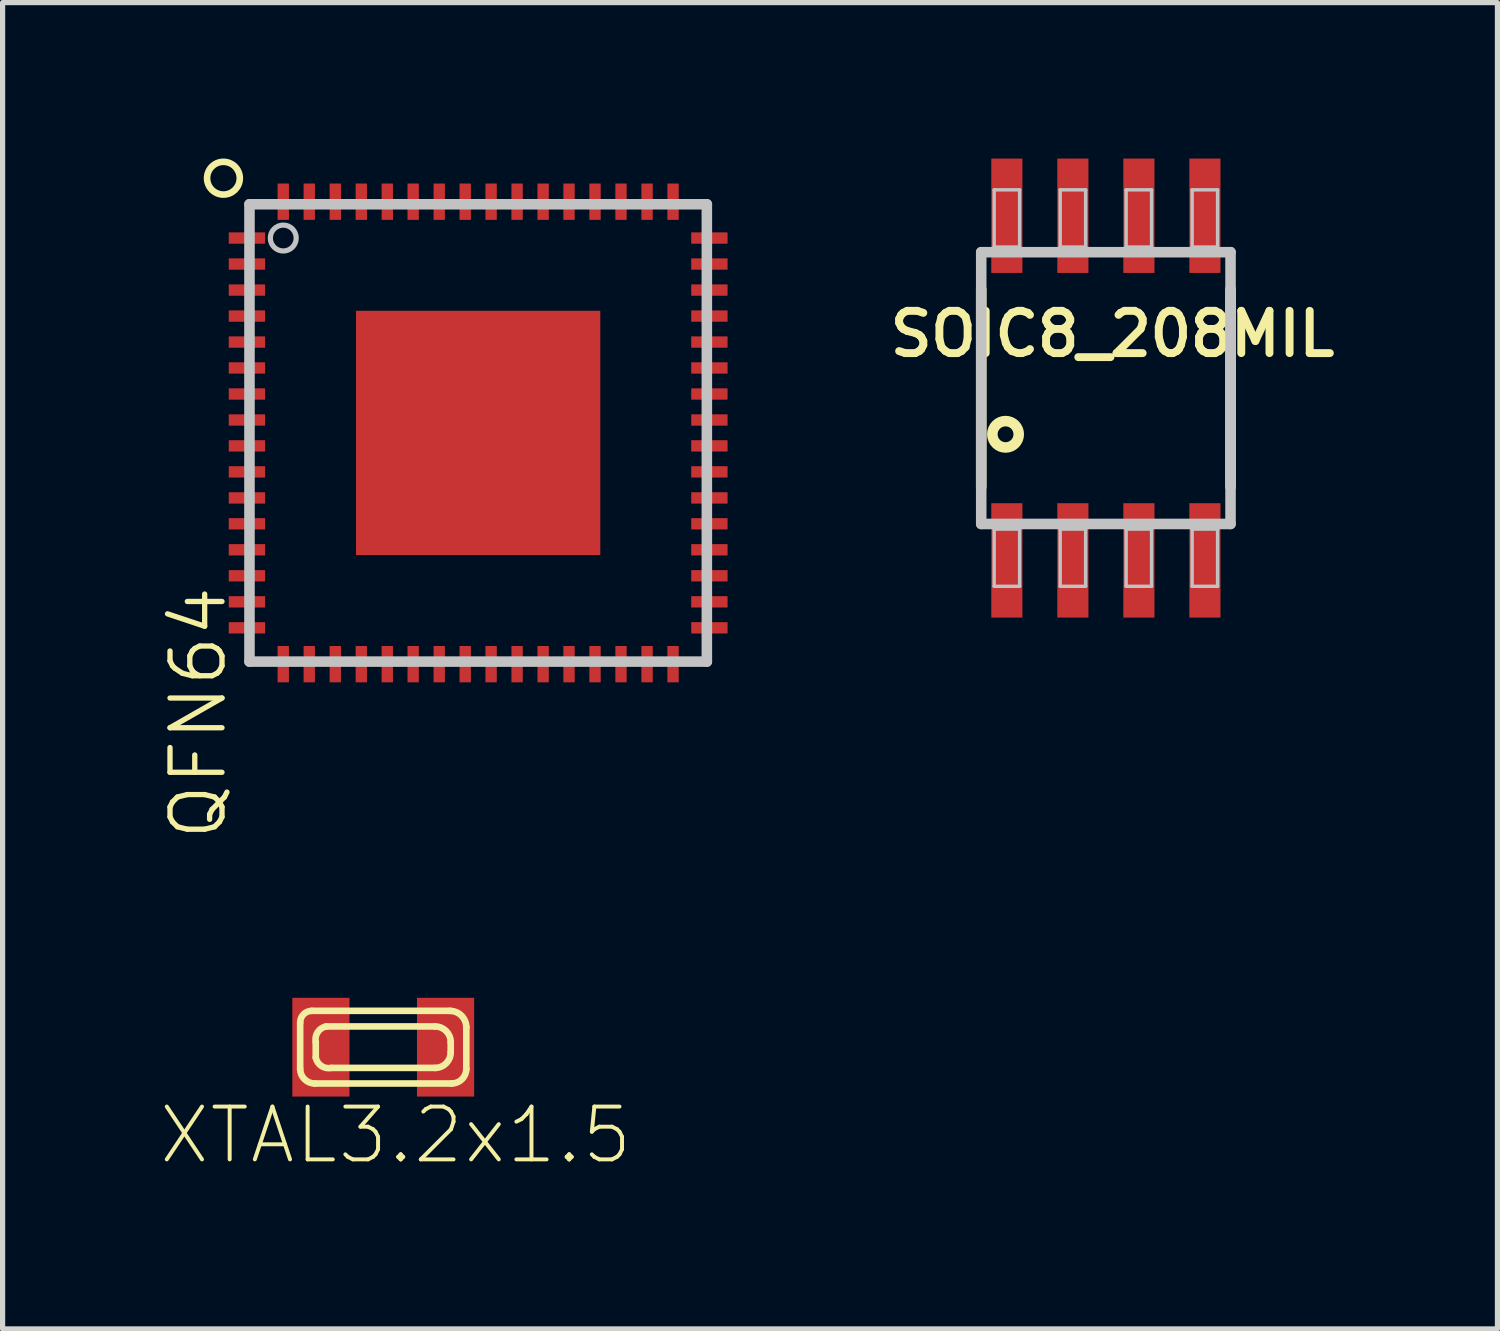
<source format=kicad_pcb>
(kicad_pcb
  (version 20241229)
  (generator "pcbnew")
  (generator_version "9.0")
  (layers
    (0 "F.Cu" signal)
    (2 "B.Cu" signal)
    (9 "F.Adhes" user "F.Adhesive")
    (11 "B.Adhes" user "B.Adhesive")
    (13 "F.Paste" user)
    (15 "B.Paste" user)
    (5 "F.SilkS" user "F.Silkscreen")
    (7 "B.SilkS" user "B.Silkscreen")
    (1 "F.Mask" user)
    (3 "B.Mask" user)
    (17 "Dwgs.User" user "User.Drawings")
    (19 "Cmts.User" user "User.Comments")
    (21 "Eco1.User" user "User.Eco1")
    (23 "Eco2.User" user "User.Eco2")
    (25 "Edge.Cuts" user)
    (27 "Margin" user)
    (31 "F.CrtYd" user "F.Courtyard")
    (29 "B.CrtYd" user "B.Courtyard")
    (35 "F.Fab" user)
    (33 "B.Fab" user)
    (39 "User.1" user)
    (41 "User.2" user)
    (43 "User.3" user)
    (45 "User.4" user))
  (footprint "QFN64"
    (layer "F.Cu")
    (at 6.148 5.278)
    (property "Reference" "QFN64" (at -5.385 5.385 270) (layer "F.SilkS") (effects (font (size 1 1) (thickness 0.102))))
    (attr smd)
    (fp_circle (center -4.9 -4.9) (end -4.9 -5.215) (stroke (width 0.127) (type solid)) (fill no) (layer "F.SilkS"))
    (fp_line (start -1.905 -1.905) (end -0.381 -1.905) (stroke (width 0.066) (type solid)) (layer "F.Paste"))
    (fp_line (start -1.905 -0.381) (end -1.905 -1.905) (stroke (width 0.066) (type solid)) (layer "F.Paste"))
    (fp_line (start -1.905 -0.381) (end -0.381 -0.381) (stroke (width 0.066) (type solid)) (layer "F.Paste"))
    (fp_line (start -1.905 0.381) (end -0.381 0.381) (stroke (width 0.066) (type solid)) (layer "F.Paste"))
    (fp_line (start -1.905 1.905) (end -1.905 0.381) (stroke (width 0.066) (type solid)) (layer "F.Paste"))
    (fp_line (start -1.905 1.905) (end -0.381 1.905) (stroke (width 0.066) (type solid)) (layer "F.Paste"))
    (fp_line (start -0.381 -0.381) (end -0.381 -1.905) (stroke (width 0.066) (type solid)) (layer "F.Paste"))
    (fp_line (start -0.381 1.905) (end -0.381 0.381) (stroke (width 0.066) (type solid)) (layer "F.Paste"))
    (fp_line (start 0.381 -1.905) (end 1.905 -1.905) (stroke (width 0.066) (type solid)) (layer "F.Paste"))
    (fp_line (start 0.381 -0.381) (end 0.381 -1.905) (stroke (width 0.066) (type solid)) (layer "F.Paste"))
    (fp_line (start 0.381 -0.381) (end 1.905 -0.381) (stroke (width 0.066) (type solid)) (layer "F.Paste"))
    (fp_line (start 0.381 0.381) (end 1.905 0.381) (stroke (width 0.066) (type solid)) (layer "F.Paste"))
    (fp_line (start 0.381 1.905) (end 0.381 0.381) (stroke (width 0.066) (type solid)) (layer "F.Paste"))
    (fp_line (start 0.381 1.905) (end 1.905 1.905) (stroke (width 0.066) (type solid)) (layer "F.Paste"))
    (fp_line (start 1.905 -0.381) (end 1.905 -1.905) (stroke (width 0.066) (type solid)) (layer "F.Paste"))
    (fp_line (start 1.905 1.905) (end 1.905 0.381) (stroke (width 0.066) (type solid)) (layer "F.Paste"))
    (fp_line (start -4.399 -4.399) (end -4.399 4.399) (stroke (width 0.203) (type solid)) (layer "Dwgs.User"))
    (fp_line (start -4.399 4.399) (end 4.399 4.399) (stroke (width 0.203) (type solid)) (layer "Dwgs.User"))
    (fp_line (start 4.399 -4.399) (end -4.399 -4.399) (stroke (width 0.203) (type solid)) (layer "Dwgs.User"))
    (fp_line (start 4.399 4.399) (end 4.399 -4.399) (stroke (width 0.203) (type solid)) (layer "Dwgs.User"))
    (fp_circle (center -3.749 -3.749) (end -3.749 -3.998) (stroke (width 0.1) (type solid)) (fill no) (layer "Dwgs.User"))
    (pad "1" smd rect (at -4.448 -3.749) (size 0.699 0.218) (layers "F.Cu" "F.Mask" "F.Paste"))
    (pad "2" smd rect (at -4.448 -3.249) (size 0.699 0.218) (layers "F.Cu" "F.Mask" "F.Paste"))
    (pad "3" smd rect (at -4.448 -2.748) (size 0.699 0.218) (layers "F.Cu" "F.Mask" "F.Paste"))
    (pad "4" smd rect (at -4.448 -2.248) (size 0.699 0.218) (layers "F.Cu" "F.Mask" "F.Paste"))
    (pad "5" smd rect (at -4.448 -1.748) (size 0.699 0.218) (layers "F.Cu" "F.Mask" "F.Paste"))
    (pad "6" smd rect (at -4.448 -1.25) (size 0.699 0.218) (layers "F.Cu" "F.Mask" "F.Paste"))
    (pad "7" smd rect (at -4.448 -0.749) (size 0.699 0.218) (layers "F.Cu" "F.Mask" "F.Paste"))
    (pad "8" smd rect (at -4.448 -0.249) (size 0.699 0.218) (layers "F.Cu" "F.Mask" "F.Paste"))
    (pad "9" smd rect (at -4.448 0.249) (size 0.699 0.218) (layers "F.Cu" "F.Mask" "F.Paste"))
    (pad "10" smd rect (at -4.448 0.749) (size 0.699 0.218) (layers "F.Cu" "F.Mask" "F.Paste"))
    (pad "11" smd rect (at -4.448 1.25) (size 0.699 0.218) (layers "F.Cu" "F.Mask" "F.Paste"))
    (pad "12" smd rect (at -4.448 1.748) (size 0.699 0.218) (layers "F.Cu" "F.Mask" "F.Paste"))
    (pad "13" smd rect (at -4.448 2.248) (size 0.699 0.218) (layers "F.Cu" "F.Mask" "F.Paste"))
    (pad "14" smd rect (at -4.448 2.748) (size 0.699 0.218) (layers "F.Cu" "F.Mask" "F.Paste"))
    (pad "15" smd rect (at -4.448 3.249) (size 0.699 0.218) (layers "F.Cu" "F.Mask" "F.Paste"))
    (pad "16" smd rect (at -4.448 3.749) (size 0.699 0.218) (layers "F.Cu" "F.Mask" "F.Paste"))
    (pad "17" smd rect (at -3.749 4.448 90) (size 0.699 0.218) (layers "F.Cu" "F.Mask" "F.Paste"))
    (pad "18" smd rect (at -3.249 4.448 90) (size 0.699 0.218) (layers "F.Cu" "F.Mask" "F.Paste"))
    (pad "19" smd rect (at -2.748 4.448 90) (size 0.699 0.218) (layers "F.Cu" "F.Mask" "F.Paste"))
    (pad "20" smd rect (at -2.248 4.448 90) (size 0.699 0.218) (layers "F.Cu" "F.Mask" "F.Paste"))
    (pad "21" smd rect (at -1.748 4.448 90) (size 0.699 0.218) (layers "F.Cu" "F.Mask" "F.Paste"))
    (pad "22" smd rect (at -1.25 4.448 90) (size 0.699 0.218) (layers "F.Cu" "F.Mask" "F.Paste"))
    (pad "23" smd rect (at -0.749 4.448 90) (size 0.699 0.218) (layers "F.Cu" "F.Mask" "F.Paste"))
    (pad "24" smd rect (at -0.249 4.448 90) (size 0.699 0.218) (layers "F.Cu" "F.Mask" "F.Paste"))
    (pad "25" smd rect (at 0.249 4.448 90) (size 0.699 0.218) (layers "F.Cu" "F.Mask" "F.Paste"))
    (pad "26" smd rect (at 0.749 4.448 90) (size 0.699 0.218) (layers "F.Cu" "F.Mask" "F.Paste"))
    (pad "27" smd rect (at 1.25 4.448 90) (size 0.699 0.218) (layers "F.Cu" "F.Mask" "F.Paste"))
    (pad "28" smd rect (at 1.748 4.448 90) (size 0.699 0.218) (layers "F.Cu" "F.Mask" "F.Paste"))
    (pad "29" smd rect (at 2.248 4.448 90) (size 0.699 0.218) (layers "F.Cu" "F.Mask" "F.Paste"))
    (pad "30" smd rect (at 2.748 4.448 90) (size 0.699 0.218) (layers "F.Cu" "F.Mask" "F.Paste"))
    (pad "31" smd rect (at 3.249 4.448 90) (size 0.699 0.218) (layers "F.Cu" "F.Mask" "F.Paste"))
    (pad "32" smd rect (at 3.749 4.448 90) (size 0.699 0.218) (layers "F.Cu" "F.Mask" "F.Paste"))
    (pad "33" smd rect (at 4.448 3.749 180) (size 0.699 0.218) (layers "F.Cu" "F.Mask" "F.Paste"))
    (pad "34" smd rect (at 4.448 3.249 180) (size 0.699 0.218) (layers "F.Cu" "F.Mask" "F.Paste"))
    (pad "35" smd rect (at 4.448 2.748 180) (size 0.699 0.218) (layers "F.Cu" "F.Mask" "F.Paste"))
    (pad "36" smd rect (at 4.448 2.248 180) (size 0.699 0.218) (layers "F.Cu" "F.Mask" "F.Paste"))
    (pad "37" smd rect (at 4.448 1.748 180) (size 0.699 0.218) (layers "F.Cu" "F.Mask" "F.Paste"))
    (pad "38" smd rect (at 4.448 1.25 180) (size 0.699 0.218) (layers "F.Cu" "F.Mask" "F.Paste"))
    (pad "39" smd rect (at 4.448 0.749 180) (size 0.699 0.218) (layers "F.Cu" "F.Mask" "F.Paste"))
    (pad "40" smd rect (at 4.448 0.249 180) (size 0.699 0.218) (layers "F.Cu" "F.Mask" "F.Paste"))
    (pad "41" smd rect (at 4.448 -0.249 180) (size 0.699 0.218) (layers "F.Cu" "F.Mask" "F.Paste"))
    (pad "42" smd rect (at 4.448 -0.749 180) (size 0.699 0.218) (layers "F.Cu" "F.Mask" "F.Paste"))
    (pad "43" smd rect (at 4.448 -1.25 180) (size 0.699 0.218) (layers "F.Cu" "F.Mask" "F.Paste"))
    (pad "44" smd rect (at 4.448 -1.748 180) (size 0.699 0.218) (layers "F.Cu" "F.Mask" "F.Paste"))
    (pad "45" smd rect (at 4.448 -2.248 180) (size 0.699 0.218) (layers "F.Cu" "F.Mask" "F.Paste"))
    (pad "46" smd rect (at 4.448 -2.748 180) (size 0.699 0.218) (layers "F.Cu" "F.Mask" "F.Paste"))
    (pad "47" smd rect (at 4.448 -3.249 180) (size 0.699 0.218) (layers "F.Cu" "F.Mask" "F.Paste"))
    (pad "48" smd rect (at 4.448 -3.749 180) (size 0.699 0.218) (layers "F.Cu" "F.Mask" "F.Paste"))
    (pad "49" smd rect (at 3.749 -4.448 270) (size 0.699 0.218) (layers "F.Cu" "F.Mask" "F.Paste"))
    (pad "50" smd rect (at 3.249 -4.448 270) (size 0.699 0.218) (layers "F.Cu" "F.Mask" "F.Paste"))
    (pad "51" smd rect (at 2.748 -4.448 270) (size 0.699 0.218) (layers "F.Cu" "F.Mask" "F.Paste"))
    (pad "52" smd rect (at 2.248 -4.448 270) (size 0.699 0.218) (layers "F.Cu" "F.Mask" "F.Paste"))
    (pad "53" smd rect (at 1.748 -4.448 270) (size 0.699 0.218) (layers "F.Cu" "F.Mask" "F.Paste"))
    (pad "54" smd rect (at 1.25 -4.448 270) (size 0.699 0.218) (layers "F.Cu" "F.Mask" "F.Paste"))
    (pad "55" smd rect (at 0.749 -4.448 270) (size 0.699 0.218) (layers "F.Cu" "F.Mask" "F.Paste"))
    (pad "56" smd rect (at 0.249 -4.448 270) (size 0.699 0.218) (layers "F.Cu" "F.Mask" "F.Paste"))
    (pad "57" smd rect (at -0.249 -4.448 270) (size 0.699 0.218) (layers "F.Cu" "F.Mask" "F.Paste"))
    (pad "58" smd rect (at -0.749 -4.448 270) (size 0.699 0.218) (layers "F.Cu" "F.Mask" "F.Paste"))
    (pad "59" smd rect (at -1.25 -4.448 270) (size 0.699 0.218) (layers "F.Cu" "F.Mask" "F.Paste"))
    (pad "60" smd rect (at -1.748 -4.448 270) (size 0.699 0.218) (layers "F.Cu" "F.Mask" "F.Paste"))
    (pad "61" smd rect (at -2.248 -4.448 270) (size 0.699 0.218) (layers "F.Cu" "F.Mask" "F.Paste"))
    (pad "62" smd rect (at -2.748 -4.448 270) (size 0.699 0.218) (layers "F.Cu" "F.Mask" "F.Paste"))
    (pad "63" smd rect (at -3.249 -4.448 270) (size 0.699 0.218) (layers "F.Cu" "F.Mask" "F.Paste"))
    (pad "64" smd rect (at -3.749 -4.448 270) (size 0.699 0.218) (layers "F.Cu" "F.Mask" "F.Paste"))
    (pad "GND" smd rect (at 0 0) (size 4.699 4.699) (layers "F.Cu" "F.Mask" "F.Paste")))
  (footprint "XTAL3.2x1.5"
    (layer "F.Cu")
    (at 4.322 17.094)
    (property "Reference" "XTAL3.2x1.5" (at 0.239 1.692 180) (layer "F.SilkS") (effects (font (size 1.016 1.016) (thickness 0.076))))
    (attr smd)
    (fp_line (start -1.598 0.417) (end -1.598 -0.475) (stroke (width 0.127) (type solid)) (layer "F.SilkS"))
    (fp_line (start -1.374 -0.699) (end 1.283 -0.699) (stroke (width 0.127) (type solid)) (layer "F.SilkS"))
    (fp_line (start -1.298 0.198) (end -1.298 -0.099) (stroke (width 0.127) (type solid)) (layer "F.SilkS"))
    (fp_line (start -1.1 -0.399) (end 0.998 -0.399) (stroke (width 0.127) (type solid)) (layer "F.SilkS"))
    (fp_line (start 0.998 0.399) (end -0.998 0.399) (stroke (width 0.127) (type solid)) (layer "F.SilkS"))
    (fp_line (start 1.298 -0.099) (end 1.298 0.099) (stroke (width 0.127) (type solid)) (layer "F.SilkS"))
    (fp_line (start 1.316 0.699) (end -1.316 0.699) (stroke (width 0.127) (type solid)) (layer "F.SilkS"))
    (fp_line (start 1.598 -0.384) (end 1.598 0.417) (stroke (width 0.127) (type solid)) (layer "F.SilkS"))
    (fp_arc (start -1.59766 -0.47498) (mid -1.532193 -0.633033) (end -1.37414 -0.6985) (stroke (width 0.127) (type solid)) (layer "F.SilkS"))
    (fp_arc (start -1.31572 0.6985) (mid -1.515082 0.615922) (end -1.59766 0.41656) (stroke (width 0.127) (type solid)) (layer "F.SilkS"))
    (fp_arc (start -1.29794 -0.09906) (mid -1.260954 -0.289952) (end -1.09982 -0.39878) (stroke (width 0.127) (type solid)) (layer "F.SilkS"))
    (fp_arc (start -0.99822 0.39878) (mid -1.189112 0.361794) (end -1.29794 0.20066) (stroke (width 0.127) (type solid)) (layer "F.SilkS"))
    (fp_arc (start 0.99822 -0.39878) (mid 1.209969 -0.311179) (end 1.29794 -0.099583) (stroke (width 0.127) (type solid)) (layer "F.SilkS"))
    (fp_arc (start 1.2827 -0.6985) (mid 1.50541 -0.60625) (end 1.59766 -0.38354) (stroke (width 0.127) (type solid)) (layer "F.SilkS"))
    (fp_arc (start 1.29794 0.09906) (mid 1.210154 0.310994) (end 0.99822 0.39878) (stroke (width 0.127) (type solid)) (layer "F.SilkS"))
    (fp_arc (start 1.59766 0.41656) (mid 1.515082 0.615922) (end 1.31572 0.6985) (stroke (width 0.127) (type solid)) (layer "F.SilkS"))
    (pad "P$1" smd rect (at 1.199 0) (size 1.1 1.9) (layers "F.Cu" "F.Mask" "F.Paste"))
    (pad "P$2" smd rect (at -1.199 0 180) (size 1.1 1.9) (layers "F.Cu" "F.Mask" "F.Paste")))
  (footprint "SOIC8_208MIL"
    (layer "F.Cu")
    (at 18.223 4.415)
    (property "Reference" "SOIC8_208MIL" (at 0.127 -1.041 0) (layer "F.SilkS") (effects (font (size 0.813 0.813) (thickness 0.152))))
    (attr smd)
    (fp_line (start -2.398 1.9) (end -2.398 -1.9) (stroke (width 0.203) (type solid)) (layer "F.SilkS"))
    (fp_line (start 2.398 -1.9) (end 2.398 1.9) (stroke (width 0.203) (type solid)) (layer "F.SilkS"))
    (fp_circle (center -1.93 0.889) (end -1.93 0.635) (stroke (width 0.203) (type solid)) (fill no) (layer "F.SilkS"))
    (fp_line (start -2.398 -2.614) (end 2.398 -2.614) (stroke (width 0.203) (type solid)) (layer "Dwgs.User"))
    (fp_line (start -2.398 2.614) (end -2.398 -2.614) (stroke (width 0.203) (type solid)) (layer "Dwgs.User"))
    (fp_line (start -2.149 -3.813) (end -1.659 -3.813) (stroke (width 0.066) (type solid)) (layer "Dwgs.User"))
    (fp_line (start -2.149 -2.713) (end -2.149 -3.813) (stroke (width 0.066) (type solid)) (layer "Dwgs.User"))
    (fp_line (start -2.149 -2.713) (end -1.659 -2.713) (stroke (width 0.066) (type solid)) (layer "Dwgs.User"))
    (fp_line (start -2.149 2.713) (end -1.659 2.713) (stroke (width 0.066) (type solid)) (layer "Dwgs.User"))
    (fp_line (start -2.149 3.813) (end -2.149 2.713) (stroke (width 0.066) (type solid)) (layer "Dwgs.User"))
    (fp_line (start -2.149 3.813) (end -1.659 3.813) (stroke (width 0.066) (type solid)) (layer "Dwgs.User"))
    (fp_line (start -1.659 -2.713) (end -1.659 -3.813) (stroke (width 0.066) (type solid)) (layer "Dwgs.User"))
    (fp_line (start -1.659 3.813) (end -1.659 2.713) (stroke (width 0.066) (type solid)) (layer "Dwgs.User"))
    (fp_line (start -0.879 -3.813) (end -0.389 -3.813) (stroke (width 0.066) (type solid)) (layer "Dwgs.User"))
    (fp_line (start -0.879 -2.713) (end -0.879 -3.813) (stroke (width 0.066) (type solid)) (layer "Dwgs.User"))
    (fp_line (start -0.879 -2.713) (end -0.389 -2.713) (stroke (width 0.066) (type solid)) (layer "Dwgs.User"))
    (fp_line (start -0.879 2.713) (end -0.389 2.713) (stroke (width 0.066) (type solid)) (layer "Dwgs.User"))
    (fp_line (start -0.879 3.813) (end -0.879 2.713) (stroke (width 0.066) (type solid)) (layer "Dwgs.User"))
    (fp_line (start -0.879 3.813) (end -0.389 3.813) (stroke (width 0.066) (type solid)) (layer "Dwgs.User"))
    (fp_line (start -0.389 -2.713) (end -0.389 -3.813) (stroke (width 0.066) (type solid)) (layer "Dwgs.User"))
    (fp_line (start -0.389 3.813) (end -0.389 2.713) (stroke (width 0.066) (type solid)) (layer "Dwgs.User"))
    (fp_line (start 0.389 -3.813) (end 0.879 -3.813) (stroke (width 0.066) (type solid)) (layer "Dwgs.User"))
    (fp_line (start 0.389 -2.713) (end 0.389 -3.813) (stroke (width 0.066) (type solid)) (layer "Dwgs.User"))
    (fp_line (start 0.389 -2.713) (end 0.879 -2.713) (stroke (width 0.066) (type solid)) (layer "Dwgs.User"))
    (fp_line (start 0.389 2.713) (end 0.879 2.713) (stroke (width 0.066) (type solid)) (layer "Dwgs.User"))
    (fp_line (start 0.389 3.813) (end 0.389 2.713) (stroke (width 0.066) (type solid)) (layer "Dwgs.User"))
    (fp_line (start 0.389 3.813) (end 0.879 3.813) (stroke (width 0.066) (type solid)) (layer "Dwgs.User"))
    (fp_line (start 0.879 -2.713) (end 0.879 -3.813) (stroke (width 0.066) (type solid)) (layer "Dwgs.User"))
    (fp_line (start 0.879 3.813) (end 0.879 2.713) (stroke (width 0.066) (type solid)) (layer "Dwgs.User"))
    (fp_line (start 1.659 -3.813) (end 2.149 -3.813) (stroke (width 0.066) (type solid)) (layer "Dwgs.User"))
    (fp_line (start 1.659 -2.713) (end 1.659 -3.813) (stroke (width 0.066) (type solid)) (layer "Dwgs.User"))
    (fp_line (start 1.659 -2.713) (end 2.149 -2.713) (stroke (width 0.066) (type solid)) (layer "Dwgs.User"))
    (fp_line (start 1.659 2.713) (end 2.149 2.713) (stroke (width 0.066) (type solid)) (layer "Dwgs.User"))
    (fp_line (start 1.659 3.813) (end 1.659 2.713) (stroke (width 0.066) (type solid)) (layer "Dwgs.User"))
    (fp_line (start 1.659 3.813) (end 2.149 3.813) (stroke (width 0.066) (type solid)) (layer "Dwgs.User"))
    (fp_line (start 2.149 -2.713) (end 2.149 -3.813) (stroke (width 0.066) (type solid)) (layer "Dwgs.User"))
    (fp_line (start 2.149 3.813) (end 2.149 2.713) (stroke (width 0.066) (type solid)) (layer "Dwgs.User"))
    (fp_line (start 2.398 -2.614) (end 2.398 2.614) (stroke (width 0.203) (type solid)) (layer "Dwgs.User"))
    (fp_line (start 2.398 2.614) (end -2.398 2.614) (stroke (width 0.203) (type solid)) (layer "Dwgs.User"))
    (pad "1" smd rect (at -1.905 3.315) (size 0.599 2.2) (layers "F.Cu" "F.Mask" "F.Paste"))
    (pad "2" smd rect (at -0.635 3.315) (size 0.599 2.2) (layers "F.Cu" "F.Mask" "F.Paste"))
    (pad "3" smd rect (at 0.635 3.315) (size 0.599 2.2) (layers "F.Cu" "F.Mask" "F.Paste"))
    (pad "4" smd rect (at 1.905 3.315) (size 0.599 2.2) (layers "F.Cu" "F.Mask" "F.Paste"))
    (pad "5" smd rect (at 1.905 -3.315) (size 0.599 2.2) (layers "F.Cu" "F.Mask" "F.Paste"))
    (pad "6" smd rect (at 0.635 -3.315) (size 0.599 2.2) (layers "F.Cu" "F.Mask" "F.Paste"))
    (pad "7" smd rect (at -0.635 -3.315) (size 0.599 2.2) (layers "F.Cu" "F.Mask" "F.Paste"))
    (pad "8" smd rect (at -1.905 -3.315) (size 0.599 2.2) (layers "F.Cu" "F.Mask" "F.Paste")))
  (gr_rect
    (start -3 -3)
    (end 25.755 22.514)
    (stroke (width 0.1) (type default))
    (fill no)
    (layer "Edge.Cuts")))
</source>
